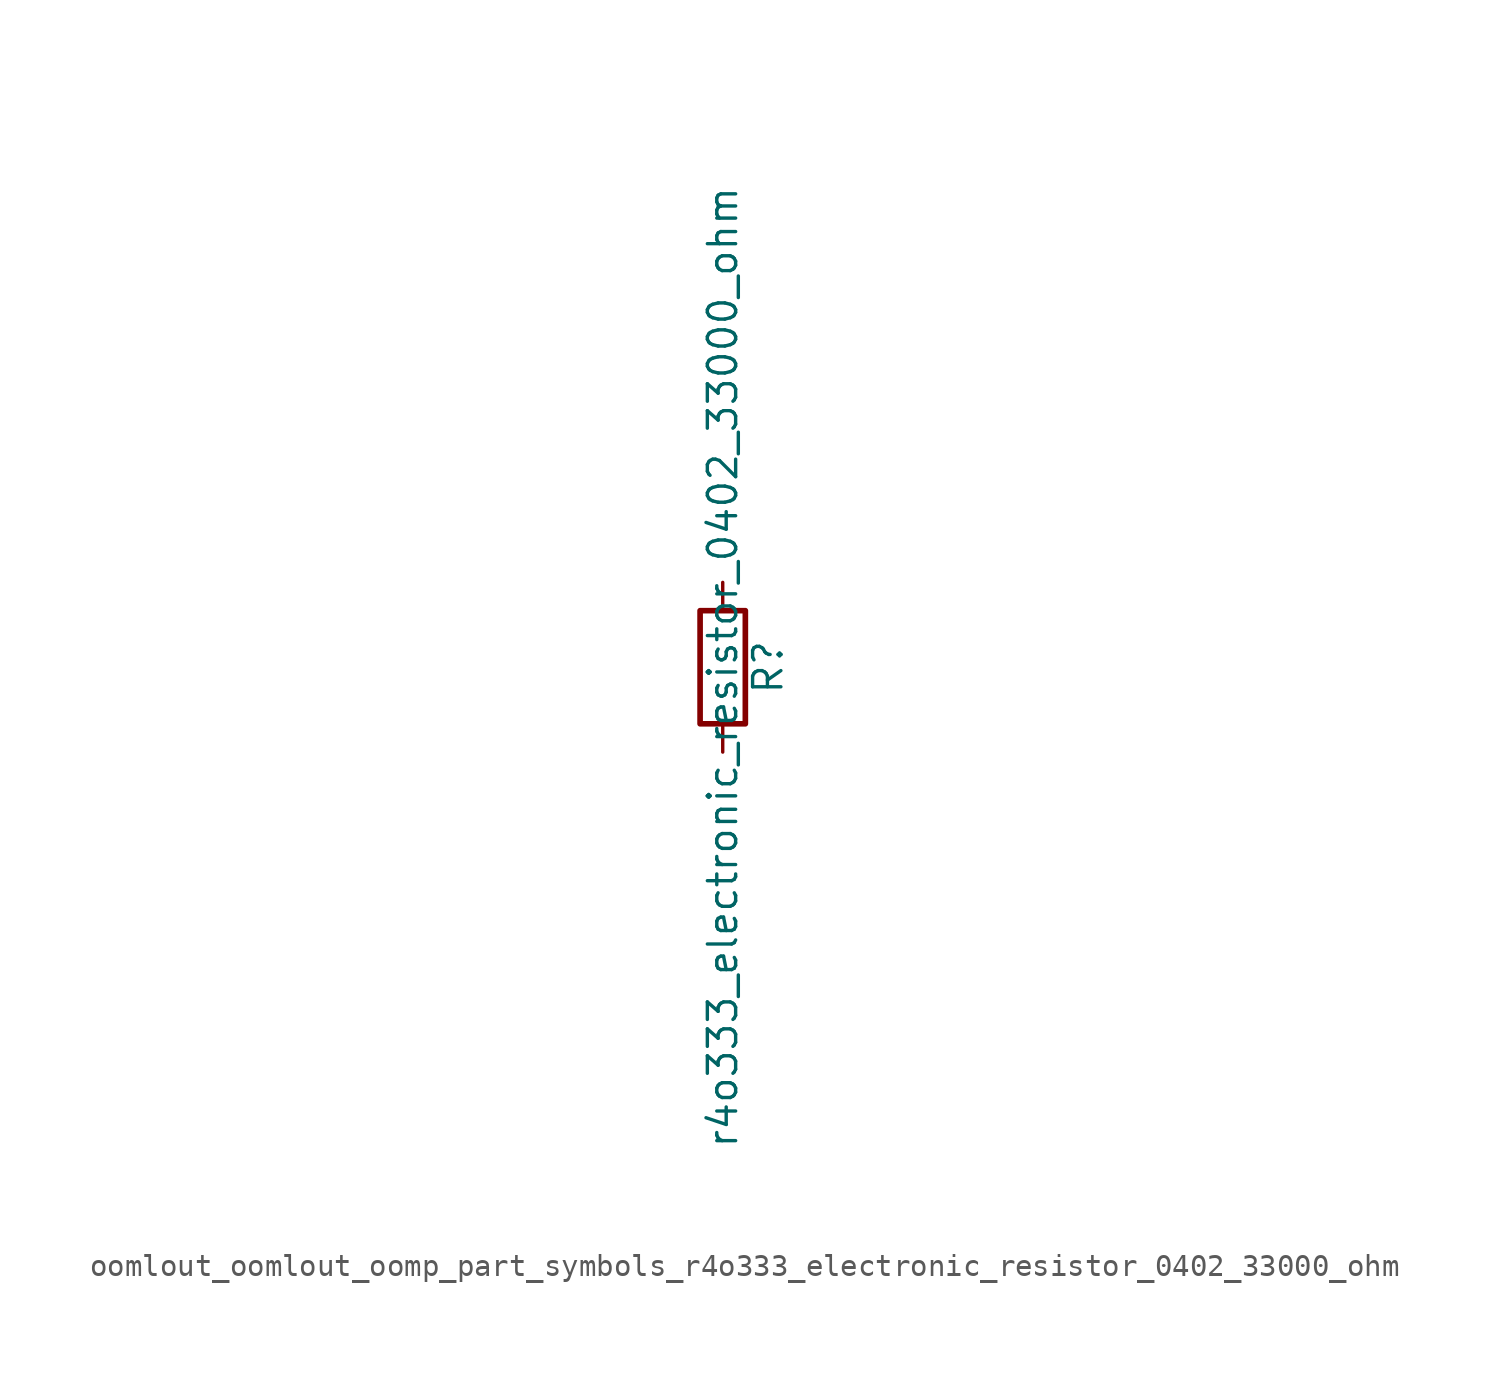
<source format=kicad_sym>
(kicad_symbol_lib
  (version 20220914)
  (generator kicad_symbol_editor)
  (symbol "oomlout_oomlout_oomp_part_symbols_r4o333_electronic_resistor_0402_33000_ohm"
    (pin_numbers hide)
    (pin_names
      (offset 0))
    (property "Reference" "R"
      (at 2.032 0 90)
      (effects (font (size 1.27 1.27))))
    (property "Value" "r4o333_electronic_resistor_0402_33000_ohm"
      (at 0 0 90)
      (effects (font (size 1.27 1.27))))
    (symbol "oomlout_oomlout_oomp_part_symbols_r4o333_electronic_resistor_0402_33000_ohm_0_1"
      (rectangle (start -1.016 -2.54) (end 1.016 2.54) (stroke (width 0.254) (type default)) (fill (type none))))
    (symbol "oomlout_oomlout_oomp_part_symbols_r4o333_electronic_resistor_0402_33000_ohm_1_1"
      (pin passive line (at 0 3.81 270) (length 1.27) (name "~" (effects (font (size 1.27 1.27)))) (number "1" (effects (font (size 1.27 1.27)))))
      (pin passive line (at 0 -3.81 90) (length 1.27) (name "~" (effects (font (size 1.27 1.27)))) (number "2" (effects (font (size 1.27 1.27))))))))
</source>
